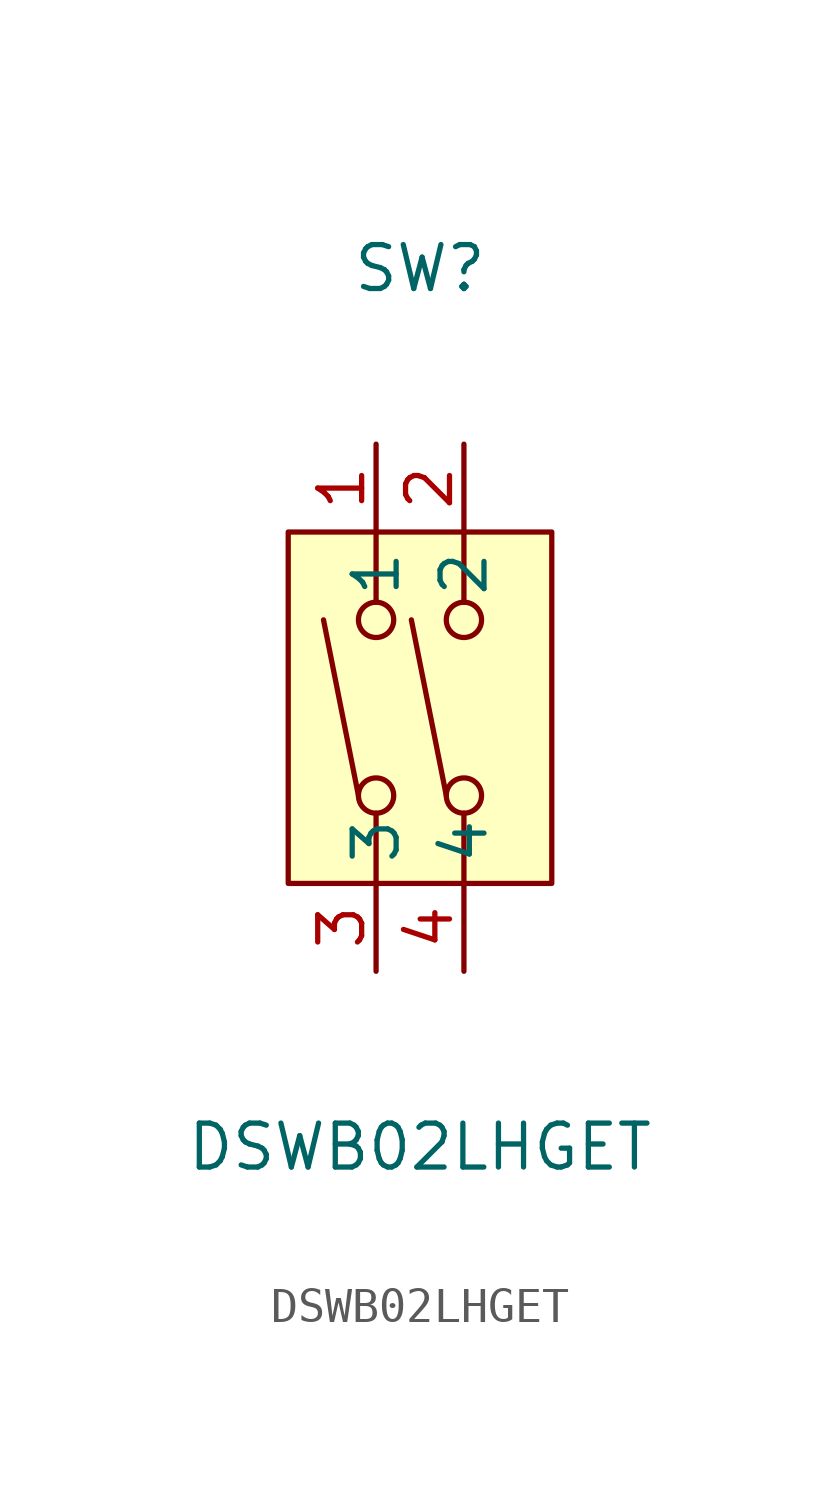
<source format=kicad_sym>
(kicad_symbol_lib
  (version 20211014)
  (generator https://github.com/uPesy/easyeda2kicad.py)
  (symbol "DSWB02LHGET"
    (property "Reference" "SW"
      (at 0 12.70 0)
      (effects (font (size 1.27 1.27))))
    (property "Value" "DSWB02LHGET"
      (at 0 -12.70 0)
      (effects (font (size 1.27 1.27))))
    (symbol "DSWB02LHGET_0_1"
      (rectangle (start -3.81 5.08) (end 3.81 -5.08) (stroke (width 0) (type default) (color 0 0 0 0)) (fill (type background)))
      (circle (center 1.27 -2.54) (radius 0.51) (stroke (width 0) (type default) (color 0 0 0 0)) (fill (type none)))
      (circle (center 1.27 2.54) (radius 0.51) (stroke (width 0) (type default) (color 0 0 0 0)) (fill (type none)))
      (circle (center -1.27 -2.54) (radius 0.51) (stroke (width 0) (type default) (color 0 0 0 0)) (fill (type none)))
      (circle (center -1.27 2.54) (radius 0.51) (stroke (width 0) (type default) (color 0 0 0 0)) (fill (type none)))
      (polyline (pts (xy 0.76 -2.54) (xy -0.25 2.54)) (stroke (width 0) (type default) (color 0 0 0 0)) (fill (type none)))
      (polyline (pts (xy 1.27 -3.05) (xy 1.27 -5.08)) (stroke (width 0) (type default) (color 0 0 0 0)) (fill (type none)))
      (polyline (pts (xy 1.27 3.05) (xy 1.27 5.08)) (stroke (width 0) (type default) (color 0 0 0 0)) (fill (type none)))
      (polyline (pts (xy -1.78 -2.54) (xy -2.79 2.54)) (stroke (width 0) (type default) (color 0 0 0 0)) (fill (type none)))
      (polyline (pts (xy -1.27 -3.05) (xy -1.27 -5.08)) (stroke (width 0) (type default) (color 0 0 0 0)) (fill (type none)))
      (polyline (pts (xy -1.27 3.05) (xy -1.27 5.08)) (stroke (width 0) (type default) (color 0 0 0 0)) (fill (type none)))
      (pin unspecified line (at -1.27 7.62 270) (length 2.54) (name "1" (effects (font (size 1.27 1.27)))) (number "1" (effects (font (size 1.27 1.27)))))
      (pin unspecified line (at 1.27 7.62 270) (length 2.54) (name "2" (effects (font (size 1.27 1.27)))) (number "2" (effects (font (size 1.27 1.27)))))
      (pin unspecified line (at -1.27 -7.62 90) (length 2.54) (name "3" (effects (font (size 1.27 1.27)))) (number "3" (effects (font (size 1.27 1.27)))))
      (pin unspecified line (at 1.27 -7.62 90) (length 2.54) (name "4" (effects (font (size 1.27 1.27)))) (number "4" (effects (font (size 1.27 1.27))))))))
</source>
